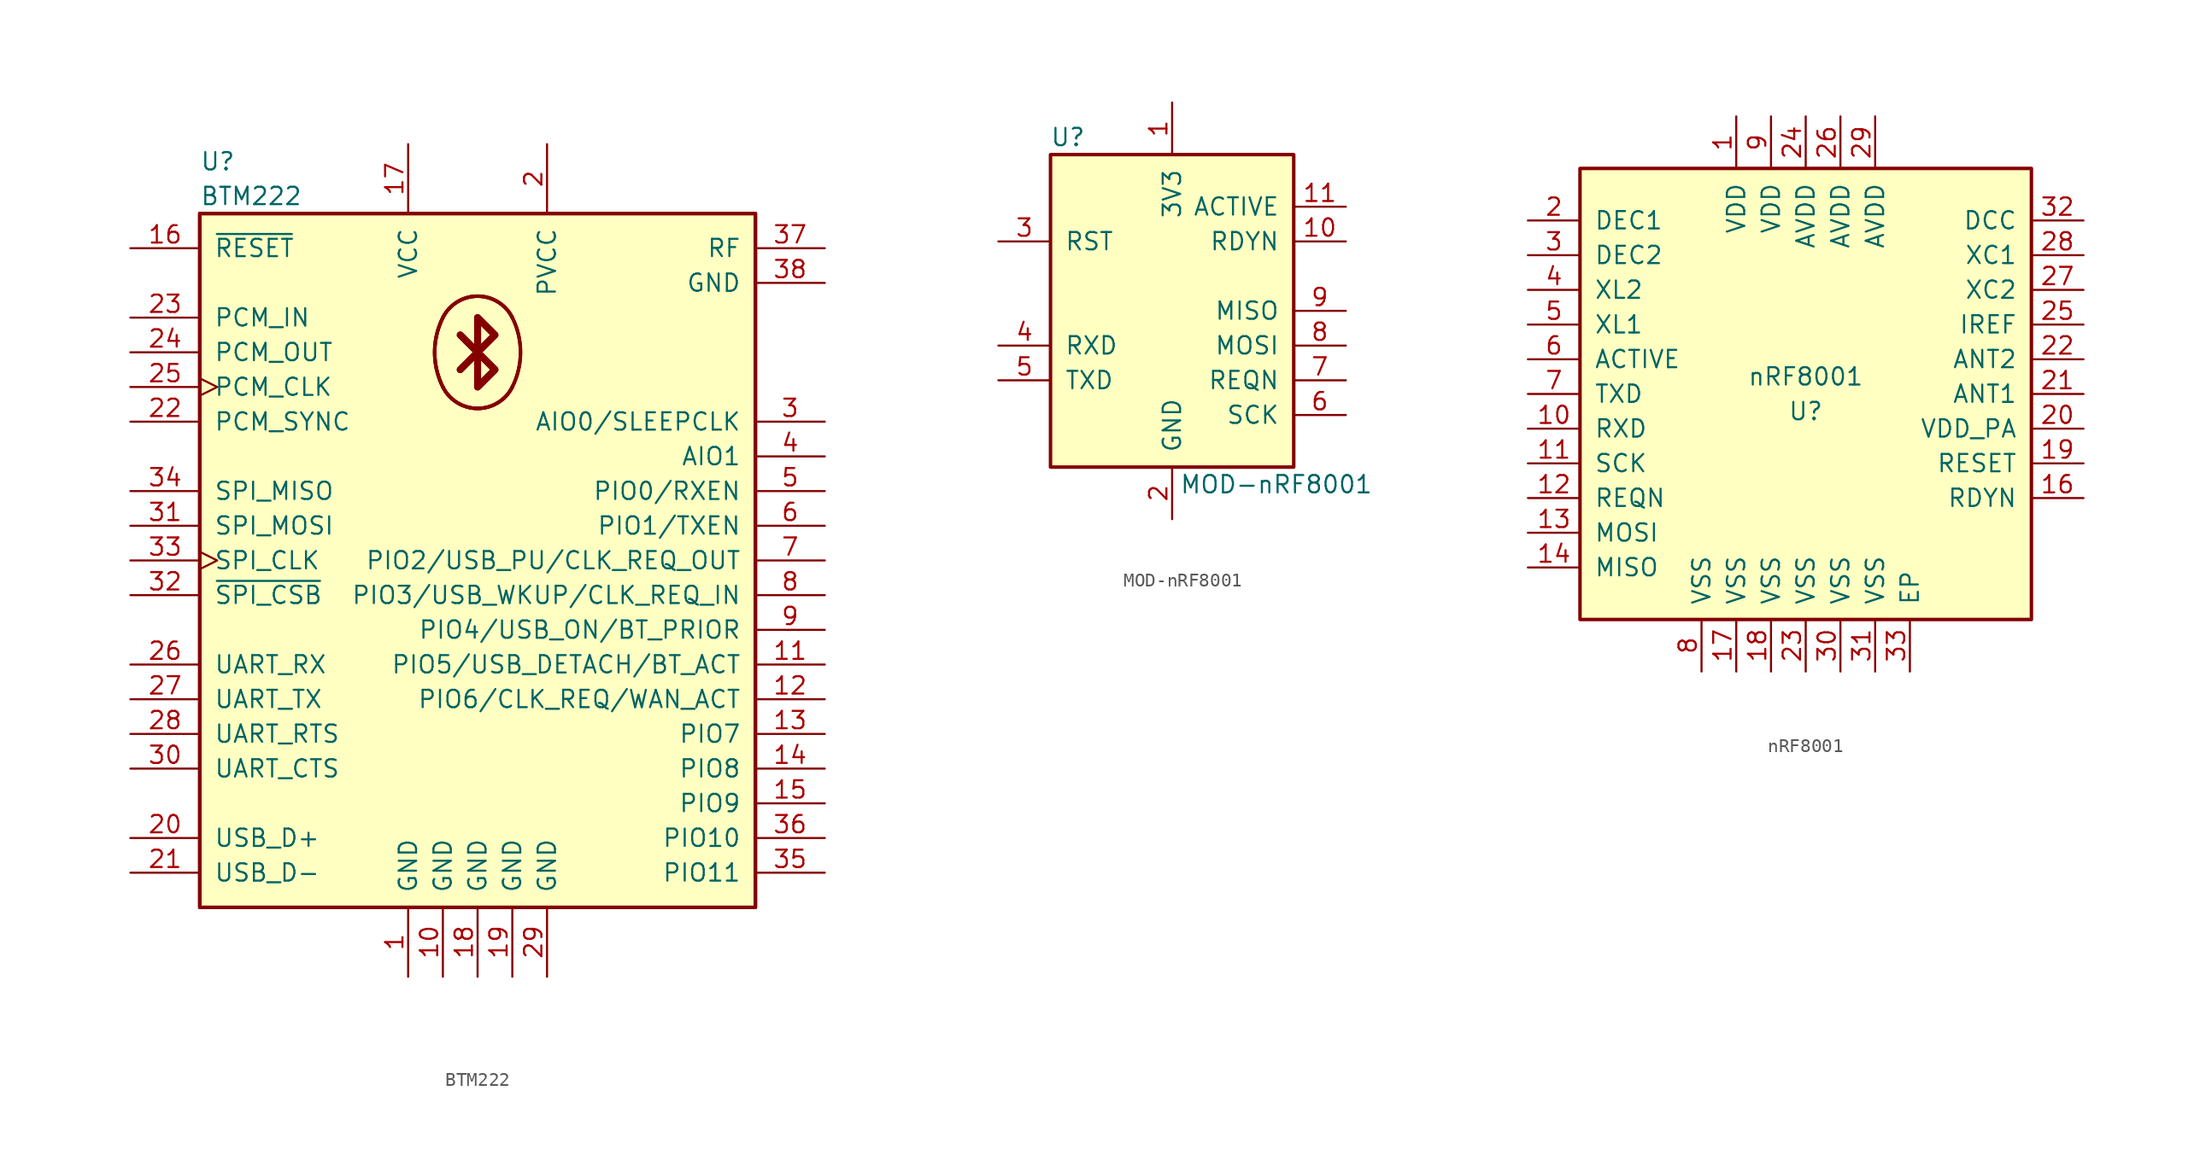
<source format=kicad_sym>
(kicad_symbol_lib
  (version 20231120)
  (generator "kicad_symbol_editor")
  (generator_version "8.0")
  (symbol "BTM222"
    (pin_names
      (offset 1.016))
    (property "Reference" "U"
      (at -20.32 29.21 0)
      (effects (font (size 1.27 1.27)) (justify left)))
    (property "Value" "BTM222"
      (at -20.32 26.67 0)
      (effects (font (size 1.27 1.27)) (justify left)))
    (symbol "BTM222_0_1"
      (rectangle (start -20.32 25.4) (end 20.32 -25.4) (stroke (width 0.254) (type default)) (fill (type background)))
      (rectangle (start -20.32 25.4) (end 20.32 -25.4) (stroke (width 0.254) (type default)) (fill (type background)))
      (rectangle (start -20.32 25.4) (end 20.32 -25.4) (stroke (width 0.254) (type default)) (fill (type background)))
      (arc (start -2.54 12.7) (mid 0 11.1302) (end 2.54 12.7) (stroke (width 0.254) (type default)) (fill (type background)))
      (arc (start -2.54 12.7) (mid 0 11.1302) (end 2.54 12.7) (stroke (width 0.254) (type default)) (fill (type background)))
      (arc (start -2.54 12.7) (mid 0 11.1302) (end 2.54 12.7) (stroke (width 0.254) (type default)) (fill (type background)))
      (arc (start -2.54 17.78) (mid -3.1396 15.24) (end -2.54 12.7) (stroke (width 0.254) (type default)) (fill (type background)))
      (arc (start -2.54 17.78) (mid -3.1396 15.24) (end -2.54 12.7) (stroke (width 0.254) (type default)) (fill (type background)))
      (arc (start -2.54 17.78) (mid -3.1396 15.24) (end -2.54 12.7) (stroke (width 0.254) (type default)) (fill (type background)))
      (polyline (pts (xy 0 15.24) (xy -1.27 13.97)) (stroke (width 0.508) (type default)) (fill (type none)))
      (polyline (pts (xy 0 15.24) (xy -1.27 13.97)) (stroke (width 0.508) (type default)) (fill (type none)))
      (polyline (pts (xy 0 15.24) (xy -1.27 16.51)) (stroke (width 0.508) (type default)) (fill (type none)))
      (polyline (pts (xy 0 15.24) (xy -1.27 16.51)) (stroke (width 0.508) (type default)) (fill (type none)))
      (polyline (pts (xy 0 17.78) (xy 1.27 16.51) (xy 0 15.24) (xy 1.27 13.97) (xy 0 12.7) (xy 0 17.78)) (stroke (width 0.508) (type default)) (fill (type none)))
      (polyline (pts (xy 0 17.78) (xy 1.27 16.51) (xy 0 15.24) (xy 1.27 13.97) (xy 0 12.7) (xy 0 17.78)) (stroke (width 0.508) (type default)) (fill (type none)))
      (arc (start 2.54 12.7) (mid 3.1396 15.24) (end 2.54 17.78) (stroke (width 0.254) (type default)) (fill (type background)))
      (arc (start 2.54 12.7) (mid 3.1396 15.24) (end 2.54 17.78) (stroke (width 0.254) (type default)) (fill (type background)))
      (arc (start 2.54 17.78) (mid 0 19.3498) (end -2.54 17.78) (stroke (width 0.254) (type default)) (fill (type background)))
      (arc (start 2.54 17.78) (mid 0 19.3498) (end -2.54 17.78) (stroke (width 0.254) (type default)) (fill (type background)))
      (arc (start 2.54 17.78) (mid 0 19.3498) (end -2.54 17.78) (stroke (width 0.254) (type default)) (fill (type background))))
    (symbol "BTM222_1_1"
      (pin power_in line (at -5.08 -30.48 90) (length 5.08) (name "GND" (effects (font (size 1.27 1.27)))) (number "1" (effects (font (size 1.27 1.27)))))
      (pin power_in line (at -2.54 -30.48 90) (length 5.08) (name "GND" (effects (font (size 1.27 1.27)))) (number "10" (effects (font (size 1.27 1.27)))))
      (pin bidirectional line (at 25.4 -7.62 180) (length 5.08) (name "PIO5/USB_DETACH/BT_ACT" (effects (font (size 1.27 1.27)))) (number "11" (effects (font (size 1.27 1.27)))))
      (pin bidirectional line (at 25.4 -10.16 180) (length 5.08) (name "PIO6/CLK_REQ/WAN_ACT" (effects (font (size 1.27 1.27)))) (number "12" (effects (font (size 1.27 1.27)))))
      (pin bidirectional line (at 25.4 -12.7 180) (length 5.08) (name "PIO7" (effects (font (size 1.27 1.27)))) (number "13" (effects (font (size 1.27 1.27)))))
      (pin bidirectional line (at 25.4 -15.24 180) (length 5.08) (name "PIO8" (effects (font (size 1.27 1.27)))) (number "14" (effects (font (size 1.27 1.27)))))
      (pin bidirectional line (at 25.4 -17.78 180) (length 5.08) (name "PIO9" (effects (font (size 1.27 1.27)))) (number "15" (effects (font (size 1.27 1.27)))))
      (pin input line (at -25.4 22.86 0) (length 5.08) (name "~{RESET}" (effects (font (size 1.27 1.27)))) (number "16" (effects (font (size 1.27 1.27)))))
      (pin power_in line (at -5.08 30.48 270) (length 5.08) (name "VCC" (effects (font (size 1.27 1.27)))) (number "17" (effects (font (size 1.27 1.27)))))
      (pin power_in line (at 0 -30.48 90) (length 5.08) (name "GND" (effects (font (size 1.27 1.27)))) (number "18" (effects (font (size 1.27 1.27)))))
      (pin power_in line (at 2.54 -30.48 90) (length 5.08) (name "GND" (effects (font (size 1.27 1.27)))) (number "19" (effects (font (size 1.27 1.27)))))
      (pin power_in line (at 5.08 30.48 270) (length 5.08) (name "PVCC" (effects (font (size 1.27 1.27)))) (number "2" (effects (font (size 1.27 1.27)))))
      (pin bidirectional line (at -25.4 -20.32 0) (length 5.08) (name "USB_D+" (effects (font (size 1.27 1.27)))) (number "20" (effects (font (size 1.27 1.27)))))
      (pin bidirectional line (at -25.4 -22.86 0) (length 5.08) (name "USB_D-" (effects (font (size 1.27 1.27)))) (number "21" (effects (font (size 1.27 1.27)))))
      (pin bidirectional line (at -25.4 10.16 0) (length 5.08) (name "PCM_SYNC" (effects (font (size 1.27 1.27)))) (number "22" (effects (font (size 1.27 1.27)))))
      (pin input line (at -25.4 17.78 0) (length 5.08) (name "PCM_IN" (effects (font (size 1.27 1.27)))) (number "23" (effects (font (size 1.27 1.27)))))
      (pin output line (at -25.4 15.24 0) (length 5.08) (name "PCM_OUT" (effects (font (size 1.27 1.27)))) (number "24" (effects (font (size 1.27 1.27)))))
      (pin bidirectional clock (at -25.4 12.7 0) (length 5.08) (name "PCM_CLK" (effects (font (size 1.27 1.27)))) (number "25" (effects (font (size 1.27 1.27)))))
      (pin input line (at -25.4 -7.62 0) (length 5.08) (name "UART_RX" (effects (font (size 1.27 1.27)))) (number "26" (effects (font (size 1.27 1.27)))))
      (pin output line (at -25.4 -10.16 0) (length 5.08) (name "UART_TX" (effects (font (size 1.27 1.27)))) (number "27" (effects (font (size 1.27 1.27)))))
      (pin output line (at -25.4 -12.7 0) (length 5.08) (name "UART_RTS" (effects (font (size 1.27 1.27)))) (number "28" (effects (font (size 1.27 1.27)))))
      (pin power_in line (at 5.08 -30.48 90) (length 5.08) (name "GND" (effects (font (size 1.27 1.27)))) (number "29" (effects (font (size 1.27 1.27)))))
      (pin bidirectional line (at 25.4 10.16 180) (length 5.08) (name "AIO0/SLEEPCLK" (effects (font (size 1.27 1.27)))) (number "3" (effects (font (size 1.27 1.27)))))
      (pin input line (at -25.4 -15.24 0) (length 5.08) (name "UART_CTS" (effects (font (size 1.27 1.27)))) (number "30" (effects (font (size 1.27 1.27)))))
      (pin input line (at -25.4 2.54 0) (length 5.08) (name "SPI_MOSI" (effects (font (size 1.27 1.27)))) (number "31" (effects (font (size 1.27 1.27)))))
      (pin input line (at -25.4 -2.54 0) (length 5.08) (name "~{SPI_CSB}" (effects (font (size 1.27 1.27)))) (number "32" (effects (font (size 1.27 1.27)))))
      (pin input clock (at -25.4 0 0) (length 5.08) (name "SPI_CLK" (effects (font (size 1.27 1.27)))) (number "33" (effects (font (size 1.27 1.27)))))
      (pin output line (at -25.4 5.08 0) (length 5.08) (name "SPI_MISO" (effects (font (size 1.27 1.27)))) (number "34" (effects (font (size 1.27 1.27)))))
      (pin bidirectional line (at 25.4 -22.86 180) (length 5.08) (name "PIO11" (effects (font (size 1.27 1.27)))) (number "35" (effects (font (size 1.27 1.27)))))
      (pin bidirectional line (at 25.4 -20.32 180) (length 5.08) (name "PIO10" (effects (font (size 1.27 1.27)))) (number "36" (effects (font (size 1.27 1.27)))))
      (pin passive line (at 25.4 22.86 180) (length 5.08) (name "RF" (effects (font (size 1.27 1.27)))) (number "37" (effects (font (size 1.27 1.27)))))
      (pin power_in line (at 25.4 20.32 180) (length 5.08) (name "GND" (effects (font (size 1.27 1.27)))) (number "38" (effects (font (size 1.27 1.27)))))
      (pin bidirectional line (at 25.4 7.62 180) (length 5.08) (name "AIO1" (effects (font (size 1.27 1.27)))) (number "4" (effects (font (size 1.27 1.27)))))
      (pin bidirectional line (at 25.4 5.08 180) (length 5.08) (name "PIO0/RXEN" (effects (font (size 1.27 1.27)))) (number "5" (effects (font (size 1.27 1.27)))))
      (pin bidirectional line (at 25.4 2.54 180) (length 5.08) (name "PIO1/TXEN" (effects (font (size 1.27 1.27)))) (number "6" (effects (font (size 1.27 1.27)))))
      (pin bidirectional line (at 25.4 0 180) (length 5.08) (name "PIO2/USB_PU/CLK_REQ_OUT" (effects (font (size 1.27 1.27)))) (number "7" (effects (font (size 1.27 1.27)))))
      (pin bidirectional line (at 25.4 -2.54 180) (length 5.08) (name "PIO3/USB_WKUP/CLK_REQ_IN" (effects (font (size 1.27 1.27)))) (number "8" (effects (font (size 1.27 1.27)))))
      (pin bidirectional line (at 25.4 -5.08 180) (length 5.08) (name "PIO4/USB_ON/BT_PRIOR" (effects (font (size 1.27 1.27)))) (number "9" (effects (font (size 1.27 1.27)))))))
  (symbol "MOD-nRF8001"
    (pin_names
      (offset 1.016))
    (property "Reference" "U"
      (at -7.62 12.7 0)
      (effects (font (size 1.27 1.27))))
    (property "Value" "MOD-nRF8001"
      (at 7.62 -12.7 0)
      (effects (font (size 1.27 1.27))))
    (symbol "MOD-nRF8001_0_1"
      (rectangle (start -8.89 11.43) (end 8.89 -11.43) (stroke (width 0.254) (type default)) (fill (type background))))
    (symbol "MOD-nRF8001_1_1"
      (pin power_in line (at 0 15.24 270) (length 3.81) (name "3V3" (effects (font (size 1.27 1.27)))) (number "1" (effects (font (size 1.27 1.27)))))
      (pin output line (at 12.7 5.08 180) (length 3.81) (name "RDYN" (effects (font (size 1.27 1.27)))) (number "10" (effects (font (size 1.27 1.27)))))
      (pin output line (at 12.7 7.62 180) (length 3.81) (name "ACTIVE" (effects (font (size 1.27 1.27)))) (number "11" (effects (font (size 1.27 1.27)))))
      (pin power_in line (at 0 -15.24 90) (length 3.81) (name "GND" (effects (font (size 1.27 1.27)))) (number "2" (effects (font (size 1.27 1.27)))))
      (pin input line (at -12.7 5.08 0) (length 3.81) (name "RST" (effects (font (size 1.27 1.27)))) (number "3" (effects (font (size 1.27 1.27)))))
      (pin input line (at -12.7 -2.54 0) (length 3.81) (name "RXD" (effects (font (size 1.27 1.27)))) (number "4" (effects (font (size 1.27 1.27)))))
      (pin output line (at -12.7 -5.08 0) (length 3.81) (name "TXD" (effects (font (size 1.27 1.27)))) (number "5" (effects (font (size 1.27 1.27)))))
      (pin input line (at 12.7 -7.62 180) (length 3.81) (name "SCK" (effects (font (size 1.27 1.27)))) (number "6" (effects (font (size 1.27 1.27)))))
      (pin input line (at 12.7 -5.08 180) (length 3.81) (name "REQN" (effects (font (size 1.27 1.27)))) (number "7" (effects (font (size 1.27 1.27)))))
      (pin input line (at 12.7 -2.54 180) (length 3.81) (name "MOSI" (effects (font (size 1.27 1.27)))) (number "8" (effects (font (size 1.27 1.27)))))
      (pin output line (at 12.7 0 180) (length 3.81) (name "MISO" (effects (font (size 1.27 1.27)))) (number "9" (effects (font (size 1.27 1.27)))))))
  (symbol "nRF8001"
    (pin_names
      (offset 1.016))
    (property "Reference" "U"
      (at 0 -1.27 0)
      (effects (font (size 1.27 1.27))))
    (property "Value" "nRF8001"
      (at 0 1.27 0)
      (effects (font (size 1.27 1.27))))
    (symbol "nRF8001_0_1"
      (rectangle (start -16.51 16.51) (end 16.51 -16.51) (stroke (width 0.254) (type default)) (fill (type background))))
    (symbol "nRF8001_1_1"
      (pin power_in line (at -5.08 20.32 270) (length 3.81) (name "VDD" (effects (font (size 1.27 1.27)))) (number "1" (effects (font (size 1.27 1.27)))))
      (pin input line (at -20.32 -2.54 0) (length 3.81) (name "RXD" (effects (font (size 1.27 1.27)))) (number "10" (effects (font (size 1.27 1.27)))))
      (pin input line (at -20.32 -5.08 0) (length 3.81) (name "SCK" (effects (font (size 1.27 1.27)))) (number "11" (effects (font (size 1.27 1.27)))))
      (pin bidirectional line (at -20.32 -7.62 0) (length 3.81) (name "REQN" (effects (font (size 1.27 1.27)))) (number "12" (effects (font (size 1.27 1.27)))))
      (pin input line (at -20.32 -10.16 0) (length 3.81) (name "MOSI" (effects (font (size 1.27 1.27)))) (number "13" (effects (font (size 1.27 1.27)))))
      (pin output line (at -20.32 -12.7 0) (length 3.81) (name "MISO" (effects (font (size 1.27 1.27)))) (number "14" (effects (font (size 1.27 1.27)))))
      (pin no_connect line (at 15.24 -10.16 180) (length 3.81) hide (name "N/C" (effects (font (size 1.27 1.27)))) (number "15" (effects (font (size 1.27 1.27)))))
      (pin bidirectional line (at 20.32 -7.62 180) (length 3.81) (name "RDYN" (effects (font (size 1.27 1.27)))) (number "16" (effects (font (size 1.27 1.27)))))
      (pin power_in line (at -5.08 -20.32 90) (length 3.81) (name "VSS" (effects (font (size 1.27 1.27)))) (number "17" (effects (font (size 1.27 1.27)))))
      (pin power_in line (at -2.54 -20.32 90) (length 3.81) (name "VSS" (effects (font (size 1.27 1.27)))) (number "18" (effects (font (size 1.27 1.27)))))
      (pin input line (at 20.32 -5.08 180) (length 3.81) (name "RESET" (effects (font (size 1.27 1.27)))) (number "19" (effects (font (size 1.27 1.27)))))
      (pin bidirectional line (at -20.32 12.7 0) (length 3.81) (name "DEC1" (effects (font (size 1.27 1.27)))) (number "2" (effects (font (size 1.27 1.27)))))
      (pin output line (at 20.32 -2.54 180) (length 3.81) (name "VDD_PA" (effects (font (size 1.27 1.27)))) (number "20" (effects (font (size 1.27 1.27)))))
      (pin bidirectional line (at 20.32 0 180) (length 3.81) (name "ANT1" (effects (font (size 1.27 1.27)))) (number "21" (effects (font (size 1.27 1.27)))))
      (pin bidirectional line (at 20.32 2.54 180) (length 3.81) (name "ANT2" (effects (font (size 1.27 1.27)))) (number "22" (effects (font (size 1.27 1.27)))))
      (pin power_in line (at 0 -20.32 90) (length 3.81) (name "VSS" (effects (font (size 1.27 1.27)))) (number "23" (effects (font (size 1.27 1.27)))))
      (pin power_in line (at 0 20.32 270) (length 3.81) (name "AVDD" (effects (font (size 1.27 1.27)))) (number "24" (effects (font (size 1.27 1.27)))))
      (pin input line (at 20.32 5.08 180) (length 3.81) (name "IREF" (effects (font (size 1.27 1.27)))) (number "25" (effects (font (size 1.27 1.27)))))
      (pin power_in line (at 2.54 20.32 270) (length 3.81) (name "AVDD" (effects (font (size 1.27 1.27)))) (number "26" (effects (font (size 1.27 1.27)))))
      (pin bidirectional line (at 20.32 7.62 180) (length 3.81) (name "XC2" (effects (font (size 1.27 1.27)))) (number "27" (effects (font (size 1.27 1.27)))))
      (pin bidirectional line (at 20.32 10.16 180) (length 3.81) (name "XC1" (effects (font (size 1.27 1.27)))) (number "28" (effects (font (size 1.27 1.27)))))
      (pin power_in line (at 5.08 20.32 270) (length 3.81) (name "AVDD" (effects (font (size 1.27 1.27)))) (number "29" (effects (font (size 1.27 1.27)))))
      (pin bidirectional line (at -20.32 10.16 0) (length 3.81) (name "DEC2" (effects (font (size 1.27 1.27)))) (number "3" (effects (font (size 1.27 1.27)))))
      (pin power_in line (at 2.54 -20.32 90) (length 3.81) (name "VSS" (effects (font (size 1.27 1.27)))) (number "30" (effects (font (size 1.27 1.27)))))
      (pin power_in line (at 5.08 -20.32 90) (length 3.81) (name "VSS" (effects (font (size 1.27 1.27)))) (number "31" (effects (font (size 1.27 1.27)))))
      (pin bidirectional line (at 20.32 12.7 180) (length 3.81) (name "DCC" (effects (font (size 1.27 1.27)))) (number "32" (effects (font (size 1.27 1.27)))))
      (pin power_in line (at 7.62 -20.32 90) (length 3.81) (name "EP" (effects (font (size 1.27 1.27)))) (number "33" (effects (font (size 1.27 1.27)))))
      (pin bidirectional line (at -20.32 7.62 0) (length 3.81) (name "XL2" (effects (font (size 1.27 1.27)))) (number "4" (effects (font (size 1.27 1.27)))))
      (pin bidirectional line (at -20.32 5.08 0) (length 3.81) (name "XL1" (effects (font (size 1.27 1.27)))) (number "5" (effects (font (size 1.27 1.27)))))
      (pin bidirectional line (at -20.32 2.54 0) (length 3.81) (name "ACTIVE" (effects (font (size 1.27 1.27)))) (number "6" (effects (font (size 1.27 1.27)))))
      (pin output line (at -20.32 0 0) (length 3.81) (name "TXD" (effects (font (size 1.27 1.27)))) (number "7" (effects (font (size 1.27 1.27)))))
      (pin power_in line (at -7.62 -20.32 90) (length 3.81) (name "VSS" (effects (font (size 1.27 1.27)))) (number "8" (effects (font (size 1.27 1.27)))))
      (pin power_in line (at -2.54 20.32 270) (length 3.81) (name "VDD" (effects (font (size 1.27 1.27)))) (number "9" (effects (font (size 1.27 1.27))))))))
</source>
